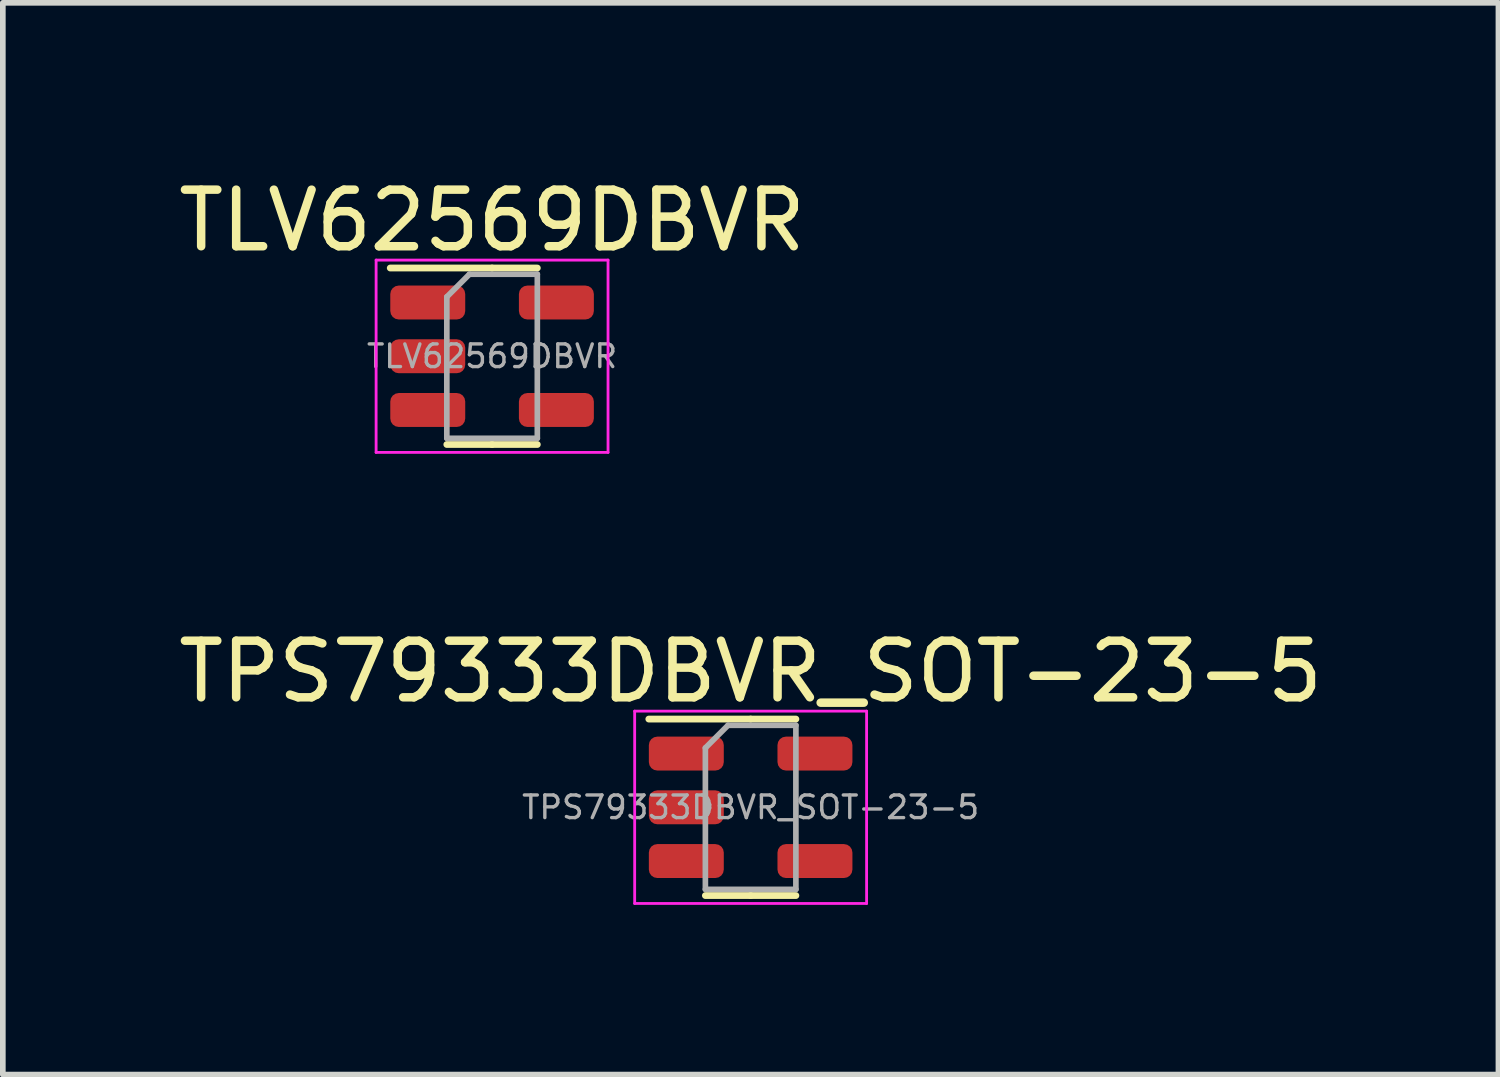
<source format=kicad_pcb>
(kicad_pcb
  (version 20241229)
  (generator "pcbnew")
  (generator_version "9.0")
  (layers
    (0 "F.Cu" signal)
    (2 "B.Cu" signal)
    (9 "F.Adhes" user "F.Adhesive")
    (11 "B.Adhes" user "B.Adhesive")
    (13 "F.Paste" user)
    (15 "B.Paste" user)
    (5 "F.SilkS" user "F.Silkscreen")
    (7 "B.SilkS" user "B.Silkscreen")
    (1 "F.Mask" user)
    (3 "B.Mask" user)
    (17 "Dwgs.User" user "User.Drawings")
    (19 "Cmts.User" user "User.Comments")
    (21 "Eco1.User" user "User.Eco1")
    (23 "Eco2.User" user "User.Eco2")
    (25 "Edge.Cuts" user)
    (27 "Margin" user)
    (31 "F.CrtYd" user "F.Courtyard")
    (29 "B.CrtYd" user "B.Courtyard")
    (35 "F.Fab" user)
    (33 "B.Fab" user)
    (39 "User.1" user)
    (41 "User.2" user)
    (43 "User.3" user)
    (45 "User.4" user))
  (footprint "TLV62569DBVR"
    (layer "F.Cu")
    (at 5.649 3.248)
    (property "Reference" "TLV62569DBVR" (at 0 -2.4 0) (layer "F.SilkS") (effects (font (size 1 1) (thickness 0.15))))
    (attr smd)
    (fp_line (start 0 -1.56) (end -1.8 -1.56) (stroke (width 0.12) (type solid)) (layer "F.SilkS"))
    (fp_line (start 0 -1.56) (end 0.8 -1.56) (stroke (width 0.12) (type solid)) (layer "F.SilkS"))
    (fp_line (start 0 1.56) (end -0.8 1.56) (stroke (width 0.12) (type solid)) (layer "F.SilkS"))
    (fp_line (start 0 1.56) (end 0.8 1.56) (stroke (width 0.12) (type solid)) (layer "F.SilkS"))
    (fp_line (start -2.05 -1.7) (end -2.05 1.7) (stroke (width 0.05) (type solid)) (layer "F.CrtYd"))
    (fp_line (start -2.05 1.7) (end 2.05 1.7) (stroke (width 0.05) (type solid)) (layer "F.CrtYd"))
    (fp_line (start 2.05 -1.7) (end -2.05 -1.7) (stroke (width 0.05) (type solid)) (layer "F.CrtYd"))
    (fp_line (start 2.05 1.7) (end 2.05 -1.7) (stroke (width 0.05) (type solid)) (layer "F.CrtYd"))
    (fp_line (start -0.8 -1.05) (end -0.4 -1.45) (stroke (width 0.1) (type solid)) (layer "F.Fab"))
    (fp_line (start -0.8 1.45) (end -0.8 -1.05) (stroke (width 0.1) (type solid)) (layer "F.Fab"))
    (fp_line (start -0.4 -1.45) (end 0.8 -1.45) (stroke (width 0.1) (type solid)) (layer "F.Fab"))
    (fp_line (start 0.8 -1.45) (end 0.8 1.45) (stroke (width 0.1) (type solid)) (layer "F.Fab"))
    (fp_line (start 0.8 1.45) (end -0.8 1.45) (stroke (width 0.1) (type solid)) (layer "F.Fab"))
    (fp_text user "${REFERENCE}" (at 0 0 0) (layer "F.Fab") (effects (font (size 0.4 0.4) (thickness 0.06))))
    (pad "1" smd roundrect (at -1.137 -0.95) (size 1.325 0.6) (layers "F.Cu" "F.Mask" "F.Paste") (roundrect_rratio 0.25))
    (pad "2" smd roundrect (at -1.137 0) (size 1.325 0.6) (layers "F.Cu" "F.Mask" "F.Paste") (roundrect_rratio 0.25))
    (pad "3" smd roundrect (at -1.137 0.95) (size 1.325 0.6) (layers "F.Cu" "F.Mask" "F.Paste") (roundrect_rratio 0.25))
    (pad "4" smd roundrect (at 1.137 0.95) (size 1.325 0.6) (layers "F.Cu" "F.Mask" "F.Paste") (roundrect_rratio 0.25))
    (pad "5" smd roundrect (at 1.137 -0.95) (size 1.325 0.6) (layers "F.Cu" "F.Mask" "F.Paste") (roundrect_rratio 0.25)))
  (footprint "TPS79333DBVR_SOT-23-5"
    (layer "F.Cu")
    (at 10.22 11.222)
    (property "Reference" "TPS79333DBVR_SOT-23-5" (at 0 -2.4 0) (layer "F.SilkS") (effects (font (size 1 1) (thickness 0.15))))
    (attr smd)
    (fp_line (start 0 -1.56) (end -1.8 -1.56) (stroke (width 0.12) (type solid)) (layer "F.SilkS"))
    (fp_line (start 0 -1.56) (end 0.8 -1.56) (stroke (width 0.12) (type solid)) (layer "F.SilkS"))
    (fp_line (start 0 1.56) (end -0.8 1.56) (stroke (width 0.12) (type solid)) (layer "F.SilkS"))
    (fp_line (start 0 1.56) (end 0.8 1.56) (stroke (width 0.12) (type solid)) (layer "F.SilkS"))
    (fp_line (start -2.05 -1.7) (end -2.05 1.7) (stroke (width 0.05) (type solid)) (layer "F.CrtYd"))
    (fp_line (start -2.05 1.7) (end 2.05 1.7) (stroke (width 0.05) (type solid)) (layer "F.CrtYd"))
    (fp_line (start 2.05 -1.7) (end -2.05 -1.7) (stroke (width 0.05) (type solid)) (layer "F.CrtYd"))
    (fp_line (start 2.05 1.7) (end 2.05 -1.7) (stroke (width 0.05) (type solid)) (layer "F.CrtYd"))
    (fp_line (start -0.8 -1.05) (end -0.4 -1.45) (stroke (width 0.1) (type solid)) (layer "F.Fab"))
    (fp_line (start -0.8 1.45) (end -0.8 -1.05) (stroke (width 0.1) (type solid)) (layer "F.Fab"))
    (fp_line (start -0.4 -1.45) (end 0.8 -1.45) (stroke (width 0.1) (type solid)) (layer "F.Fab"))
    (fp_line (start 0.8 -1.45) (end 0.8 1.45) (stroke (width 0.1) (type solid)) (layer "F.Fab"))
    (fp_line (start 0.8 1.45) (end -0.8 1.45) (stroke (width 0.1) (type solid)) (layer "F.Fab"))
    (fp_text user "${REFERENCE}" (at 0 0 0) (layer "F.Fab") (effects (font (size 0.4 0.4) (thickness 0.06))))
    (pad "1" smd roundrect (at -1.137 -0.95) (size 1.325 0.6) (layers "F.Cu" "F.Mask" "F.Paste") (roundrect_rratio 0.25))
    (pad "2" smd roundrect (at -1.137 0) (size 1.325 0.6) (layers "F.Cu" "F.Mask" "F.Paste") (roundrect_rratio 0.25))
    (pad "3" smd roundrect (at -1.137 0.95) (size 1.325 0.6) (layers "F.Cu" "F.Mask" "F.Paste") (roundrect_rratio 0.25))
    (pad "4" smd roundrect (at 1.137 0.95) (size 1.325 0.6) (layers "F.Cu" "F.Mask" "F.Paste") (roundrect_rratio 0.25))
    (pad "5" smd roundrect (at 1.137 -0.95) (size 1.325 0.6) (layers "F.Cu" "F.Mask" "F.Paste") (roundrect_rratio 0.25)))
  (gr_rect
    (start -3 -3)
    (end 23.44 15.947)
    (stroke (width 0.1) (type default))
    (fill no)
    (layer "Edge.Cuts")))
</source>
